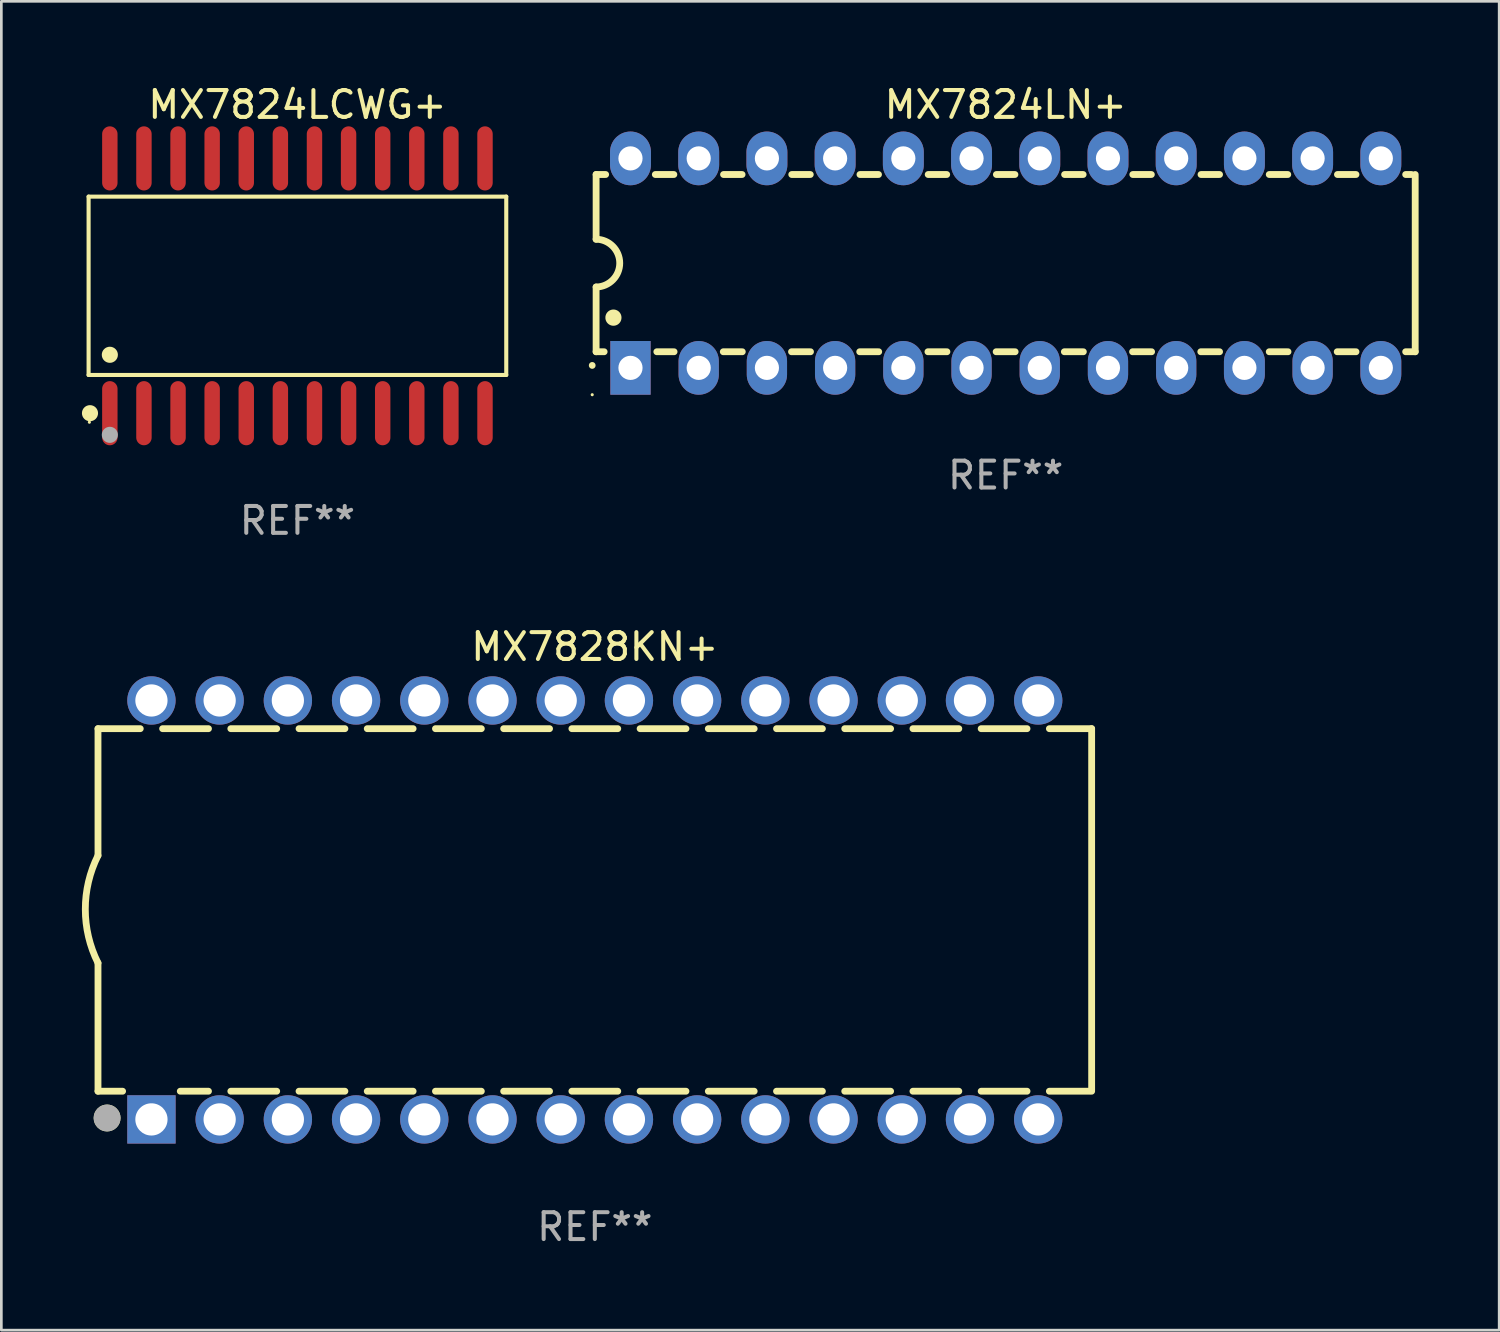
<source format=kicad_pcb>
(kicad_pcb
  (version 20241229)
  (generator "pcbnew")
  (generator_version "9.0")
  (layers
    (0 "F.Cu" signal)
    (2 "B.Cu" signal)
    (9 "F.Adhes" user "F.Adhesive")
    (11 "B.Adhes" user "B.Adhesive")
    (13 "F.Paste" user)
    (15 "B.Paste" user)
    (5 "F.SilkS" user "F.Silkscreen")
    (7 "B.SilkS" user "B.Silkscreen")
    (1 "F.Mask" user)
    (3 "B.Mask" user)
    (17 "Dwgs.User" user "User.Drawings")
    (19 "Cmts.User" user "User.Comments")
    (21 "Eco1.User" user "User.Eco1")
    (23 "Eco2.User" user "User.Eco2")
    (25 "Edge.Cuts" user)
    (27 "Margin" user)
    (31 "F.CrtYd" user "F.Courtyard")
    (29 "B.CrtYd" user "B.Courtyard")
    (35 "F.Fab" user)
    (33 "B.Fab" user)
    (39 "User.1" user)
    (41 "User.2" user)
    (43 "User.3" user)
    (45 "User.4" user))
  (footprint "MX7824LN+"
    (layer "F.Cu")
    (at 34.397 6.748)
    (property "Reference" "MX7824LN+" (at 0 -5.9 0) (layer "F.SilkS") (effects (font (size 1 1) (thickness 0.15))))
    (attr through_hole)
    (fp_line (start -15.25 -3.3) (end -15.25 -0.889) (stroke (width 0.254) (type solid)) (layer "F.SilkS"))
    (fp_line (start -15.25 -3.3) (end -14.895 -3.3) (stroke (width 0.254) (type solid)) (layer "F.SilkS"))
    (fp_line (start -15.25 3.3) (end -15.25 0.889) (stroke (width 0.254) (type solid)) (layer "F.SilkS"))
    (fp_line (start -15.25 3.3) (end -14.951 3.3) (stroke (width 0.254) (type solid)) (layer "F.SilkS"))
    (fp_line (start -13.045 -3.3) (end -12.355 -3.3) (stroke (width 0.254) (type solid)) (layer "F.SilkS"))
    (fp_line (start -12.989 3.3) (end -12.347 3.3) (stroke (width 0.254) (type solid)) (layer "F.SilkS"))
    (fp_line (start -10.514 3.3) (end -9.807 3.3) (stroke (width 0.254) (type solid)) (layer "F.SilkS"))
    (fp_line (start -10.505 -3.3) (end -9.815 -3.3) (stroke (width 0.254) (type solid)) (layer "F.SilkS"))
    (fp_line (start -7.974 3.3) (end -7.267 3.3) (stroke (width 0.254) (type solid)) (layer "F.SilkS"))
    (fp_line (start -7.965 -3.3) (end -7.275 -3.3) (stroke (width 0.254) (type solid)) (layer "F.SilkS"))
    (fp_line (start -5.434 3.3) (end -4.727 3.3) (stroke (width 0.254) (type solid)) (layer "F.SilkS"))
    (fp_line (start -5.425 -3.3) (end -4.735 -3.3) (stroke (width 0.254) (type solid)) (layer "F.SilkS"))
    (fp_line (start -2.894 3.3) (end -2.187 3.3) (stroke (width 0.254) (type solid)) (layer "F.SilkS"))
    (fp_line (start -2.885 -3.3) (end -2.195 -3.3) (stroke (width 0.254) (type solid)) (layer "F.SilkS"))
    (fp_line (start -0.354 3.3) (end 0.353 3.3) (stroke (width 0.254) (type solid)) (layer "F.SilkS"))
    (fp_line (start -0.345 -3.3) (end 0.345 -3.3) (stroke (width 0.254) (type solid)) (layer "F.SilkS"))
    (fp_line (start 2.186 3.3) (end 2.893 3.3) (stroke (width 0.254) (type solid)) (layer "F.SilkS"))
    (fp_line (start 2.195 -3.3) (end 2.885 -3.3) (stroke (width 0.254) (type solid)) (layer "F.SilkS"))
    (fp_line (start 4.726 3.3) (end 5.434 3.3) (stroke (width 0.254) (type solid)) (layer "F.SilkS"))
    (fp_line (start 4.735 -3.3) (end 5.425 -3.3) (stroke (width 0.254) (type solid)) (layer "F.SilkS"))
    (fp_line (start 7.266 3.3) (end 7.965 3.3) (stroke (width 0.254) (type solid)) (layer "F.SilkS"))
    (fp_line (start 7.275 -3.3) (end 7.965 -3.3) (stroke (width 0.254) (type solid)) (layer "F.SilkS"))
    (fp_line (start 9.815 -3.3) (end 10.505 -3.3) (stroke (width 0.254) (type solid)) (layer "F.SilkS"))
    (fp_line (start 9.815 3.3) (end 10.514 3.3) (stroke (width 0.254) (type solid)) (layer "F.SilkS"))
    (fp_line (start 12.346 3.3) (end 13.045 3.3) (stroke (width 0.254) (type solid)) (layer "F.SilkS"))
    (fp_line (start 12.355 -3.3) (end 13.045 -3.3) (stroke (width 0.254) (type solid)) (layer "F.SilkS"))
    (fp_line (start 14.895 -3.3) (end 15.113 -3.3) (stroke (width 0.254) (type solid)) (layer "F.SilkS"))
    (fp_line (start 14.895 3.3) (end 15.25 3.3) (stroke (width 0.254) (type solid)) (layer "F.SilkS"))
    (fp_line (start 15.25 -3.3) (end 15.25 3.3) (stroke (width 0.254) (type solid)) (layer "F.SilkS"))
    (fp_arc (start -15.394971 3.810033) (mid -15.394978 3.808763) (end -15.394971 3.807493) (stroke (width 0.25) (type solid)) (layer "F.SilkS"))
    (fp_arc (start -15.251053 -0.890146) (mid -14.361467 -0.001067) (end -15.250038 0.889027) (stroke (width 0.254001) (type solid)) (layer "F.SilkS"))
    (fp_arc (start -14.605029 2.032029) (mid -14.60504 2.029489) (end -14.605029 2.026949) (stroke (width 0.6) (type solid)) (layer "F.SilkS"))
    (fp_circle (center -15.395 4.9) (end -15.365 4.9) (stroke (width 0.06) (type solid)) (fill no) (layer "F.SilkS"))
    (fp_text user "REF**" (at 0 7.9 0) (layer "F.Fab") (effects (font (size 1 1) (thickness 0.15))))
    (pad "1" thru_hole rect (at -13.97 3.9 90) (size 2 1.5) (drill 0.9) (layers "*.Cu" "*.Mask"))
    (pad "2" thru_hole oval (at -11.43 3.9 90) (size 2 1.5) (drill 0.9) (layers "*.Cu" "*.Mask"))
    (pad "3" thru_hole oval (at -8.89 3.9 90) (size 2 1.5) (drill 0.9) (layers "*.Cu" "*.Mask"))
    (pad "4" thru_hole oval (at -6.35 3.9 90) (size 2 1.5) (drill 0.9) (layers "*.Cu" "*.Mask"))
    (pad "5" thru_hole oval (at -3.81 3.9 90) (size 2 1.5) (drill 0.9) (layers "*.Cu" "*.Mask"))
    (pad "6" thru_hole oval (at -1.27 3.9 90) (size 2 1.5) (drill 0.9) (layers "*.Cu" "*.Mask"))
    (pad "7" thru_hole oval (at 1.27 3.9 90) (size 2 1.5) (drill 0.9) (layers "*.Cu" "*.Mask"))
    (pad "8" thru_hole oval (at 3.81 3.9 90) (size 2 1.5) (drill 0.9) (layers "*.Cu" "*.Mask"))
    (pad "9" thru_hole oval (at 6.35 3.9 90) (size 2 1.5) (drill 0.9) (layers "*.Cu" "*.Mask"))
    (pad "10" thru_hole oval (at 8.89 3.9 90) (size 2 1.524) (drill 0.9) (layers "*.Cu" "*.Mask"))
    (pad "11" thru_hole oval (at 11.43 3.9 90) (size 2 1.5) (drill 0.9) (layers "*.Cu" "*.Mask"))
    (pad "12" thru_hole oval (at 13.97 3.9 90) (size 2 1.524) (drill 0.9) (layers "*.Cu" "*.Mask"))
    (pad "13" thru_hole oval (at 13.97 -3.9 90) (size 2 1.524) (drill 0.9) (layers "*.Cu" "*.Mask"))
    (pad "14" thru_hole oval (at 11.43 -3.9 90) (size 2 1.524) (drill 0.9) (layers "*.Cu" "*.Mask"))
    (pad "15" thru_hole oval (at 8.89 -3.9 90) (size 2 1.524) (drill 0.9) (layers "*.Cu" "*.Mask"))
    (pad "16" thru_hole oval (at 6.35 -3.9 90) (size 2 1.524) (drill 0.9) (layers "*.Cu" "*.Mask"))
    (pad "17" thru_hole oval (at 3.81 -3.9 90) (size 2 1.524) (drill 0.9) (layers "*.Cu" "*.Mask"))
    (pad "18" thru_hole oval (at 1.27 -3.9 90) (size 2 1.524) (drill 0.9) (layers "*.Cu" "*.Mask"))
    (pad "19" thru_hole oval (at -1.27 -3.9 90) (size 2 1.524) (drill 0.9) (layers "*.Cu" "*.Mask"))
    (pad "20" thru_hole oval (at -3.81 -3.9 90) (size 2 1.524) (drill 0.9) (layers "*.Cu" "*.Mask"))
    (pad "21" thru_hole oval (at -6.35 -3.9 90) (size 2 1.524) (drill 0.9) (layers "*.Cu" "*.Mask"))
    (pad "22" thru_hole oval (at -8.89 -3.9 90) (size 2 1.524) (drill 0.9) (layers "*.Cu" "*.Mask"))
    (pad "23" thru_hole oval (at -11.43 -3.9 90) (size 2 1.524) (drill 0.9) (layers "*.Cu" "*.Mask"))
    (pad "24" thru_hole oval (at -13.97 -3.9 90) (size 2 1.524) (drill 0.9) (layers "*.Cu" "*.Mask")))
  (footprint "MX7824LCWG+"
    (layer "F.Cu")
    (at 8.025 7.592)
    (property "Reference" "MX7824LCWG+" (at 0 -6.744 0) (layer "F.SilkS") (effects (font (size 1 1) (thickness 0.15))))
    (attr through_hole)
    (fp_line (start -7.776 -3.321) (end 7.776 -3.321) (stroke (width 0.152) (type solid)) (layer "F.SilkS"))
    (fp_line (start -7.776 3.321) (end -7.776 -3.321) (stroke (width 0.152) (type solid)) (layer "F.SilkS"))
    (fp_line (start 7.776 -3.321) (end 7.776 3.321) (stroke (width 0.152) (type solid)) (layer "F.SilkS"))
    (fp_line (start 7.776 3.321) (end -7.776 3.321) (stroke (width 0.152) (type solid)) (layer "F.SilkS"))
    (fp_circle (center -7.747 5.08) (end -7.717 5.08) (stroke (width 0.06) (type solid)) (fill no) (layer "F.SilkS"))
    (fp_circle (center -7.724 4.744) (end -7.574 4.744) (stroke (width 0.3) (type solid)) (fill no) (layer "F.SilkS"))
    (fp_circle (center -6.985 2.569) (end -6.835 2.569) (stroke (width 0.3) (type solid)) (fill no) (layer "F.SilkS"))
    (fp_circle (center -6.985 5.55) (end -6.835 5.55) (stroke (width 0.3) (type solid)) (fill no) (layer "F.Fab"))
    (fp_text user "REF**" (at 0 8.744 0) (layer "F.Fab") (effects (font (size 1 1) (thickness 0.15))))
    (pad "1" smd oval (at -6.985 4.744) (size 0.574 2.388) (layers "F.Cu" "F.Mask" "F.Paste"))
    (pad "2" smd oval (at -5.715 4.744) (size 0.574 2.388) (layers "F.Cu" "F.Mask" "F.Paste"))
    (pad "3" smd oval (at -4.445 4.744) (size 0.574 2.388) (layers "F.Cu" "F.Mask" "F.Paste"))
    (pad "4" smd oval (at -3.175 4.744) (size 0.574 2.388) (layers "F.Cu" "F.Mask" "F.Paste"))
    (pad "5" smd oval (at -1.905 4.744) (size 0.574 2.388) (layers "F.Cu" "F.Mask" "F.Paste"))
    (pad "6" smd oval (at -0.635 4.744) (size 0.574 2.388) (layers "F.Cu" "F.Mask" "F.Paste"))
    (pad "7" smd oval (at 0.635 4.744) (size 0.574 2.388) (layers "F.Cu" "F.Mask" "F.Paste"))
    (pad "8" smd oval (at 1.905 4.744) (size 0.574 2.388) (layers "F.Cu" "F.Mask" "F.Paste"))
    (pad "9" smd oval (at 3.175 4.744) (size 0.574 2.388) (layers "F.Cu" "F.Mask" "F.Paste"))
    (pad "10" smd oval (at 4.445 4.744) (size 0.574 2.388) (layers "F.Cu" "F.Mask" "F.Paste"))
    (pad "11" smd oval (at 5.715 4.744) (size 0.574 2.388) (layers "F.Cu" "F.Mask" "F.Paste"))
    (pad "12" smd oval (at 6.985 4.744) (size 0.574 2.388) (layers "F.Cu" "F.Mask" "F.Paste"))
    (pad "13" smd oval (at 6.985 -4.744) (size 0.574 2.388) (layers "F.Cu" "F.Mask" "F.Paste"))
    (pad "14" smd oval (at 5.715 -4.744) (size 0.574 2.388) (layers "F.Cu" "F.Mask" "F.Paste"))
    (pad "15" smd oval (at 4.445 -4.744) (size 0.574 2.388) (layers "F.Cu" "F.Mask" "F.Paste"))
    (pad "16" smd oval (at 3.175 -4.744) (size 0.574 2.388) (layers "F.Cu" "F.Mask" "F.Paste"))
    (pad "17" smd oval (at 1.905 -4.744) (size 0.574 2.388) (layers "F.Cu" "F.Mask" "F.Paste"))
    (pad "18" smd oval (at 0.635 -4.744) (size 0.574 2.388) (layers "F.Cu" "F.Mask" "F.Paste"))
    (pad "19" smd oval (at -0.635 -4.744) (size 0.574 2.388) (layers "F.Cu" "F.Mask" "F.Paste"))
    (pad "20" smd oval (at -1.905 -4.744) (size 0.574 2.388) (layers "F.Cu" "F.Mask" "F.Paste"))
    (pad "21" smd oval (at -3.175 -4.744) (size 0.574 2.388) (layers "F.Cu" "F.Mask" "F.Paste"))
    (pad "22" smd oval (at -4.445 -4.744) (size 0.574 2.388) (layers "F.Cu" "F.Mask" "F.Paste"))
    (pad "23" smd oval (at -5.715 -4.744) (size 0.574 2.388) (layers "F.Cu" "F.Mask" "F.Paste"))
    (pad "24" smd oval (at -6.985 -4.744) (size 0.574 2.388) (layers "F.Cu" "F.Mask" "F.Paste")))
  (footprint "MX7828KN+"
    (layer "F.Cu")
    (at 19.099 30.833)
    (property "Reference" "MX7828KN+" (at 0 -9.8 0) (layer "F.SilkS") (effects (font (size 1 1) (thickness 0.15))))
    (attr through_hole)
    (fp_line (start -18.5 -6.75) (end -18.5 -2.026) (stroke (width 0.254) (type solid)) (layer "F.SilkS"))
    (fp_line (start -18.5 -6.75) (end -16.926 -6.75) (stroke (width 0.254) (type solid)) (layer "F.SilkS"))
    (fp_line (start -18.5 6.75) (end -18.5 1.974) (stroke (width 0.254) (type solid)) (layer "F.SilkS"))
    (fp_line (start -18.5 6.75) (end -17.584 6.75) (stroke (width 0.254) (type solid)) (layer "F.SilkS"))
    (fp_line (start -16.094 -6.75) (end -14.386 -6.75) (stroke (width 0.254) (type solid)) (layer "F.SilkS"))
    (fp_line (start -15.436 6.75) (end -14.386 6.75) (stroke (width 0.254) (type solid)) (layer "F.SilkS"))
    (fp_line (start -13.554 -6.75) (end -11.846 -6.75) (stroke (width 0.254) (type solid)) (layer "F.SilkS"))
    (fp_line (start -13.554 6.75) (end -11.846 6.75) (stroke (width 0.254) (type solid)) (layer "F.SilkS"))
    (fp_line (start -11.014 -6.75) (end -9.306 -6.75) (stroke (width 0.254) (type solid)) (layer "F.SilkS"))
    (fp_line (start -11.014 6.75) (end -9.306 6.75) (stroke (width 0.254) (type solid)) (layer "F.SilkS"))
    (fp_line (start -8.474 -6.75) (end -6.766 -6.75) (stroke (width 0.254) (type solid)) (layer "F.SilkS"))
    (fp_line (start -8.474 6.75) (end -6.766 6.75) (stroke (width 0.254) (type solid)) (layer "F.SilkS"))
    (fp_line (start -5.934 -6.75) (end -4.226 -6.75) (stroke (width 0.254) (type solid)) (layer "F.SilkS"))
    (fp_line (start -5.934 6.75) (end -4.226 6.75) (stroke (width 0.254) (type solid)) (layer "F.SilkS"))
    (fp_line (start -3.394 -6.75) (end -1.686 -6.75) (stroke (width 0.254) (type solid)) (layer "F.SilkS"))
    (fp_line (start -3.394 6.75) (end -1.686 6.75) (stroke (width 0.254) (type solid)) (layer "F.SilkS"))
    (fp_line (start -0.854 -6.75) (end 0.854 -6.75) (stroke (width 0.254) (type solid)) (layer "F.SilkS"))
    (fp_line (start -0.854 6.75) (end 0.854 6.75) (stroke (width 0.254) (type solid)) (layer "F.SilkS"))
    (fp_line (start 1.686 -6.75) (end 3.394 -6.75) (stroke (width 0.254) (type solid)) (layer "F.SilkS"))
    (fp_line (start 1.686 6.75) (end 3.394 6.75) (stroke (width 0.254) (type solid)) (layer "F.SilkS"))
    (fp_line (start 4.226 -6.75) (end 5.934 -6.75) (stroke (width 0.254) (type solid)) (layer "F.SilkS"))
    (fp_line (start 4.226 6.75) (end 5.934 6.75) (stroke (width 0.254) (type solid)) (layer "F.SilkS"))
    (fp_line (start 6.766 -6.75) (end 8.474 -6.75) (stroke (width 0.254) (type solid)) (layer "F.SilkS"))
    (fp_line (start 6.766 6.75) (end 8.474 6.75) (stroke (width 0.254) (type solid)) (layer "F.SilkS"))
    (fp_line (start 9.306 -6.75) (end 11.014 -6.75) (stroke (width 0.254) (type solid)) (layer "F.SilkS"))
    (fp_line (start 9.306 6.75) (end 11.014 6.75) (stroke (width 0.254) (type solid)) (layer "F.SilkS"))
    (fp_line (start 11.846 -6.75) (end 13.554 -6.75) (stroke (width 0.254) (type solid)) (layer "F.SilkS"))
    (fp_line (start 11.846 6.75) (end 13.554 6.75) (stroke (width 0.254) (type solid)) (layer "F.SilkS"))
    (fp_line (start 14.386 -6.75) (end 16.094 -6.75) (stroke (width 0.254) (type solid)) (layer "F.SilkS"))
    (fp_line (start 14.386 6.75) (end 16.094 6.75) (stroke (width 0.254) (type solid)) (layer "F.SilkS"))
    (fp_line (start 16.926 -6.75) (end 18.5 -6.75) (stroke (width 0.254) (type solid)) (layer "F.SilkS"))
    (fp_line (start 16.926 6.75) (end 18.415 6.75) (stroke (width 0.254) (type solid)) (layer "F.SilkS"))
    (fp_line (start 18.5 6.75) (end 18.5 -6.75) (stroke (width 0.254) (type solid)) (layer "F.SilkS"))
    (fp_arc (start -18.500051 1.974384) (mid -18.972187 -0.025616) (end -18.500051 -2.025616) (stroke (width 0.254001) (type solid)) (layer "F.SilkS"))
    (fp_circle (center -18.5 7.8) (end -18.47 7.8) (stroke (width 0.06) (type solid)) (fill no) (layer "F.SilkS"))
    (fp_circle (center -18.161 7.747) (end -17.911 7.747) (stroke (width 0.5) (type solid)) (fill no) (layer "F.SilkS"))
    (fp_circle (center -18.161 7.747) (end -17.911 7.747) (stroke (width 0.5) (type solid)) (fill no) (layer "F.Fab"))
    (fp_text user "REF**" (at 0 11.8 0) (layer "F.Fab") (effects (font (size 1 1) (thickness 0.15))))
    (pad "1" thru_hole rect (at -16.51 7.8) (size 1.8 1.8) (drill 1.2) (layers "*.Cu" "*.Mask"))
    (pad "2" thru_hole circle (at -13.97 7.8) (size 1.8 1.8) (drill 1.2) (layers "*.Cu" "*.Mask"))
    (pad "3" thru_hole circle (at -11.43 7.8) (size 1.8 1.8) (drill 1.2) (layers "*.Cu" "*.Mask"))
    (pad "4" thru_hole circle (at -8.89 7.8) (size 1.8 1.8) (drill 1.2) (layers "*.Cu" "*.Mask"))
    (pad "5" thru_hole circle (at -6.35 7.8) (size 1.8 1.8) (drill 1.2) (layers "*.Cu" "*.Mask"))
    (pad "6" thru_hole circle (at -3.81 7.8) (size 1.8 1.8) (drill 1.2) (layers "*.Cu" "*.Mask"))
    (pad "7" thru_hole circle (at -1.27 7.8) (size 1.8 1.8) (drill 1.2) (layers "*.Cu" "*.Mask"))
    (pad "8" thru_hole circle (at 1.27 7.8) (size 1.8 1.8) (drill 1.2) (layers "*.Cu" "*.Mask"))
    (pad "9" thru_hole circle (at 3.81 7.8) (size 1.8 1.8) (drill 1.2) (layers "*.Cu" "*.Mask"))
    (pad "10" thru_hole circle (at 6.35 7.8) (size 1.8 1.8) (drill 1.2) (layers "*.Cu" "*.Mask"))
    (pad "11" thru_hole circle (at 8.89 7.8) (size 1.8 1.8) (drill 1.2) (layers "*.Cu" "*.Mask"))
    (pad "12" thru_hole circle (at 11.43 7.8) (size 1.8 1.8) (drill 1.2) (layers "*.Cu" "*.Mask"))
    (pad "13" thru_hole circle (at 13.97 7.8) (size 1.8 1.8) (drill 1.2) (layers "*.Cu" "*.Mask"))
    (pad "14" thru_hole circle (at 16.51 7.8) (size 1.8 1.8) (drill 1.2) (layers "*.Cu" "*.Mask"))
    (pad "15" thru_hole circle (at 16.51 -7.8) (size 1.8 1.8) (drill 1.2) (layers "*.Cu" "*.Mask"))
    (pad "16" thru_hole circle (at 13.97 -7.8) (size 1.8 1.8) (drill 1.2) (layers "*.Cu" "*.Mask"))
    (pad "17" thru_hole circle (at 11.43 -7.8) (size 1.8 1.8) (drill 1.2) (layers "*.Cu" "*.Mask"))
    (pad "18" thru_hole circle (at 8.89 -7.8) (size 1.8 1.8) (drill 1.2) (layers "*.Cu" "*.Mask"))
    (pad "19" thru_hole circle (at 6.35 -7.8) (size 1.8 1.8) (drill 1.2) (layers "*.Cu" "*.Mask"))
    (pad "20" thru_hole circle (at 3.81 -7.8) (size 1.8 1.8) (drill 1.2) (layers "*.Cu" "*.Mask"))
    (pad "21" thru_hole circle (at 1.27 -7.8) (size 1.8 1.8) (drill 1.2) (layers "*.Cu" "*.Mask"))
    (pad "22" thru_hole circle (at -1.27 -7.8) (size 1.8 1.8) (drill 1.2) (layers "*.Cu" "*.Mask"))
    (pad "23" thru_hole circle (at -3.81 -7.8) (size 1.8 1.8) (drill 1.2) (layers "*.Cu" "*.Mask"))
    (pad "24" thru_hole circle (at -6.35 -7.8) (size 1.8 1.8) (drill 1.2) (layers "*.Cu" "*.Mask"))
    (pad "25" thru_hole circle (at -8.89 -7.8) (size 1.8 1.8) (drill 1.2) (layers "*.Cu" "*.Mask"))
    (pad "26" thru_hole circle (at -11.43 -7.8) (size 1.8 1.8) (drill 1.2) (layers "*.Cu" "*.Mask"))
    (pad "27" thru_hole circle (at -13.97 -7.8) (size 1.8 1.8) (drill 1.2) (layers "*.Cu" "*.Mask"))
    (pad "28" thru_hole circle (at -16.51 -7.8) (size 1.8 1.8) (drill 1.2) (layers "*.Cu" "*.Mask")))
  (gr_rect
    (start -3 -3)
    (end 52.774 46.481)
    (stroke (width 0.1) (type default))
    (fill no)
    (layer "Edge.Cuts")))
</source>
